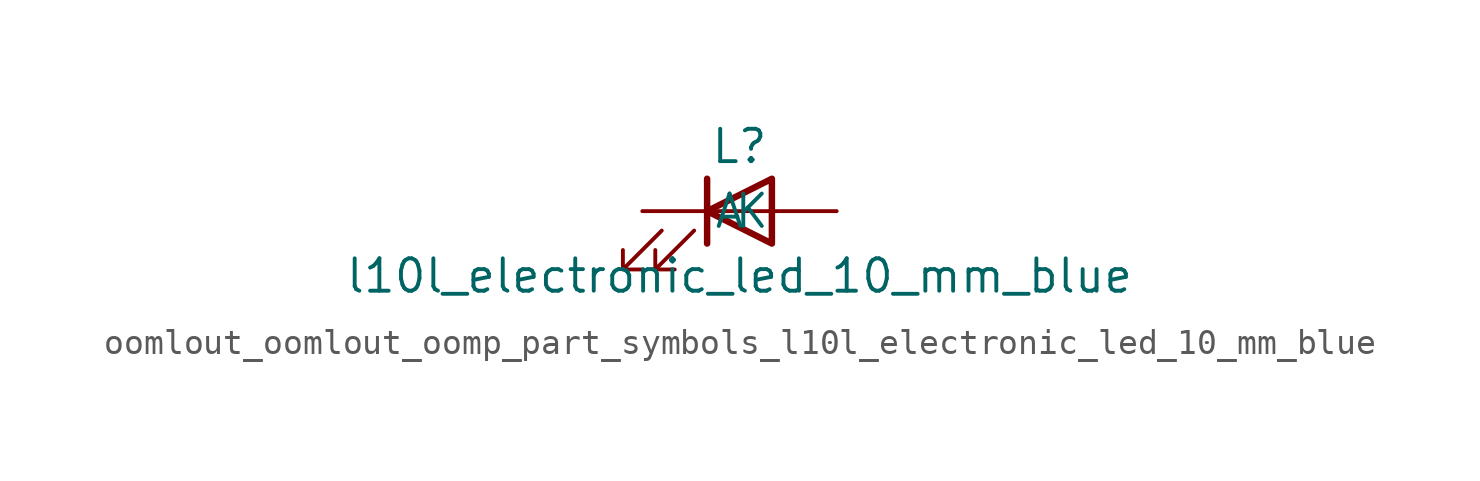
<source format=kicad_sym>
(kicad_symbol_lib
  (version 20220914)
  (generator kicad_symbol_editor)
  (symbol "oomlout_oomlout_oomp_part_symbols_l10l_electronic_led_10_mm_blue"
    (pin_numbers hide)
    (pin_names
      (offset 1.016))
    (property "Reference" "L"
      (at 0 2.54 0)
      (effects (font (size 1.27 1.27))))
    (property "Value" "l10l_electronic_led_10_mm_blue"
      (at 0 -2.54 0)
      (effects (font (size 1.27 1.27))))
    (symbol "oomlout_oomlout_oomp_part_symbols_l10l_electronic_led_10_mm_blue_0_1"
      (polyline (pts (xy -1.27 -1.27) (xy -1.27 1.27)) (stroke (width 0.254) (type default)) (fill (type none)))
      (polyline (pts (xy -1.27 0) (xy 1.27 0)) (stroke (width 0) (type default)) (fill (type none)))
      (polyline (pts (xy 1.27 -1.27) (xy 1.27 1.27) (xy -1.27 0) (xy 1.27 -1.27)) (stroke (width 0.254) (type default)) (fill (type none)))
      (polyline (pts (xy -3.048 -0.762) (xy -4.572 -2.286) (xy -3.81 -2.286) (xy -4.572 -2.286) (xy -4.572 -1.524)) (stroke (width 0) (type default)) (fill (type none)))
      (polyline (pts (xy -1.778 -0.762) (xy -3.302 -2.286) (xy -2.54 -2.286) (xy -3.302 -2.286) (xy -3.302 -1.524)) (stroke (width 0) (type default)) (fill (type none))))
    (symbol "oomlout_oomlout_oomp_part_symbols_l10l_electronic_led_10_mm_blue_1_1"
      (pin passive line (at -3.81 0 0) (length 2.54) (name "K" (effects (font (size 1.27 1.27)))) (number "1" (effects (font (size 1.27 1.27)))))
      (pin passive line (at 3.81 0 180) (length 2.54) (name "A" (effects (font (size 1.27 1.27)))) (number "2" (effects (font (size 1.27 1.27))))))))
</source>
